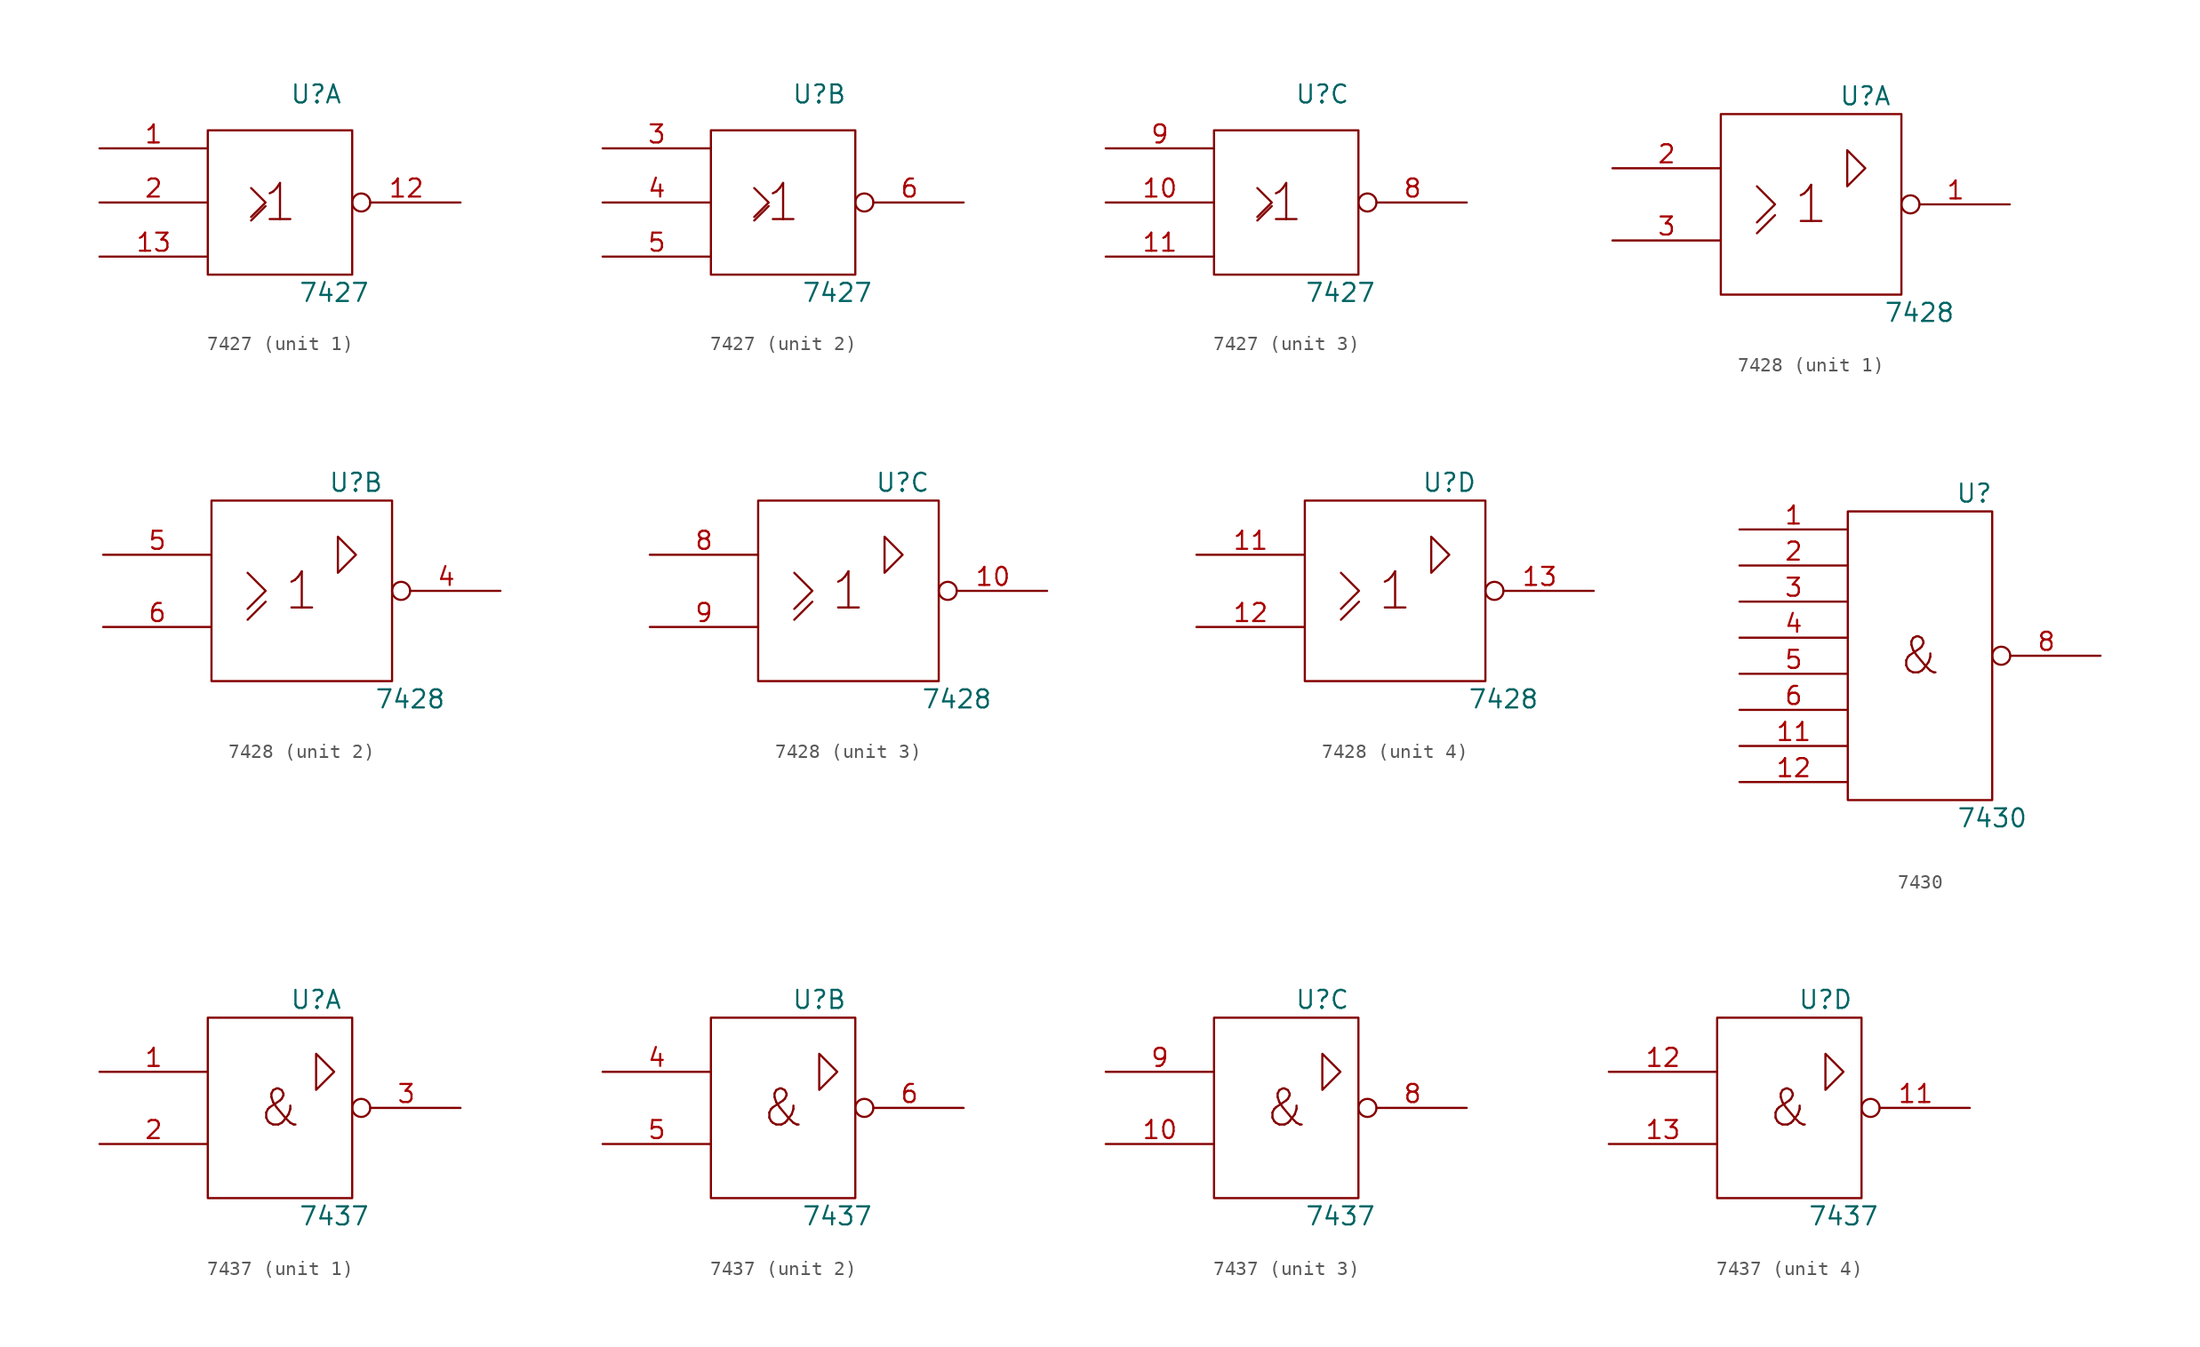
<source format=kicad_sym>
(kicad_symbol_lib
  (version 20231120)
  (generator "kicad_symbol_editor")
  (generator_version "8.0")
  (symbol "7427"
    (pin_names
      (offset 0.762))
    (property "Reference" "U"
      (at 2.54 7.62 0)
      (effects (font (size 1.27 1.27))))
    (property "Value" "7427"
      (at 3.81 -6.35 0)
      (effects (font (size 1.27 1.27))))
    (symbol "7427_0_0"
      (polyline (pts (xy -2.032 -1.27) (xy -1.016 -0.254) (xy -1.016 -0.254)) (stroke (width 0) (type default)) (fill (type none)))
      (polyline (pts (xy -2.032 1.016) (xy -1.016 0) (xy -2.032 -1.016) (xy -2.032 -1.016)) (stroke (width 0) (type default)) (fill (type none)))
      (text "1" (at 0 0 0) (effects (font (size 2.54 2.54)))))
    (symbol "7427_0_1"
      (rectangle (start -5.08 5.08) (end 5.08 -5.08) (stroke (width 0) (type default)) (fill (type none)))
      (pin power_in line (at 0 5.08 270) (length 0) hide (name "Vcc" (effects (font (size 1.27 1.27)))) (number "14" (effects (font (size 1.27 1.27)))))
      (pin power_in line (at 0 -5.08 90) (length 0) hide (name "Gnd" (effects (font (size 1.27 1.27)))) (number "7" (effects (font (size 1.27 1.27))))))
    (symbol "7427_1_1"
      (pin input line (at -12.7 3.81 0) (length 7.62) (name "~" (effects (font (size 1.27 1.27)))) (number "1" (effects (font (size 1.27 1.27)))))
      (pin output inverted (at 12.7 0 180) (length 7.62) (name "~" (effects (font (size 1.27 1.27)))) (number "12" (effects (font (size 1.27 1.27)))))
      (pin input line (at -12.7 -3.81 0) (length 7.62) (name "~" (effects (font (size 1.27 1.27)))) (number "13" (effects (font (size 1.27 1.27)))))
      (pin input line (at -12.7 0 0) (length 7.62) (name "~" (effects (font (size 1.27 1.27)))) (number "2" (effects (font (size 1.27 1.27))))))
    (symbol "7427_2_1"
      (pin input line (at -12.7 3.81 0) (length 7.62) (name "~" (effects (font (size 1.27 1.27)))) (number "3" (effects (font (size 1.27 1.27)))))
      (pin input line (at -12.7 0 0) (length 7.62) (name "~" (effects (font (size 1.27 1.27)))) (number "4" (effects (font (size 1.27 1.27)))))
      (pin input line (at -12.7 -3.81 0) (length 7.62) (name "~" (effects (font (size 1.27 1.27)))) (number "5" (effects (font (size 1.27 1.27)))))
      (pin output inverted (at 12.7 0 180) (length 7.62) (name "~" (effects (font (size 1.27 1.27)))) (number "6" (effects (font (size 1.27 1.27))))))
    (symbol "7427_3_1"
      (pin input line (at -12.7 0 0) (length 7.62) (name "~" (effects (font (size 1.27 1.27)))) (number "10" (effects (font (size 1.27 1.27)))))
      (pin input line (at -12.7 -3.81 0) (length 7.62) (name "~" (effects (font (size 1.27 1.27)))) (number "11" (effects (font (size 1.27 1.27)))))
      (pin output inverted (at 12.7 0 180) (length 7.62) (name "~" (effects (font (size 1.27 1.27)))) (number "8" (effects (font (size 1.27 1.27)))))
      (pin input line (at -12.7 3.81 0) (length 7.62) (name "~" (effects (font (size 1.27 1.27)))) (number "9" (effects (font (size 1.27 1.27)))))))
  (symbol "7428"
    (pin_names
      (offset 0.762))
    (property "Reference" "U"
      (at 3.81 7.62 0)
      (effects (font (size 1.27 1.27))))
    (property "Value" "7428"
      (at 7.62 -7.62 0)
      (effects (font (size 1.27 1.27))))
    (symbol "7428_0_0"
      (polyline (pts (xy -3.81 -2.032) (xy -2.54 -0.762) (xy -2.54 -0.762)) (stroke (width 0) (type default)) (fill (type none)))
      (polyline (pts (xy -3.81 1.27) (xy -2.54 0) (xy -3.81 -1.27) (xy -3.81 -1.27)) (stroke (width 0) (type default)) (fill (type none)))
      (text "1" (at 0 0 0) (effects (font (size 2.54 2.54))))
      (pin power_in line (at 0 6.35 270) (length 0) hide (name "Vcc" (effects (font (size 1.27 1.27)))) (number "14" (effects (font (size 1.27 1.27)))))
      (pin power_in line (at 0 -6.35 90) (length 0) hide (name "Gnd" (effects (font (size 1.27 1.27)))) (number "7" (effects (font (size 1.27 1.27))))))
    (symbol "7428_0_1"
      (rectangle (start -6.35 6.35) (end 6.35 -6.35) (stroke (width 0) (type default)) (fill (type none)))
      (polyline (pts (xy 2.54 1.27) (xy 2.54 3.81) (xy 3.81 2.54) (xy 2.54 1.27) (xy 2.54 1.27)) (stroke (width 0) (type default)) (fill (type none))))
    (symbol "7428_1_1"
      (pin output inverted (at 13.97 0 180) (length 7.62) (name "~" (effects (font (size 1.27 1.27)))) (number "1" (effects (font (size 1.27 1.27)))))
      (pin input line (at -13.97 2.54 0) (length 7.62) (name "~" (effects (font (size 1.27 1.27)))) (number "2" (effects (font (size 1.27 1.27)))))
      (pin input line (at -13.97 -2.54 0) (length 7.62) (name "~" (effects (font (size 1.27 1.27)))) (number "3" (effects (font (size 1.27 1.27))))))
    (symbol "7428_2_1"
      (pin output inverted (at 13.97 0 180) (length 7.62) (name "~" (effects (font (size 1.27 1.27)))) (number "4" (effects (font (size 1.27 1.27)))))
      (pin input line (at -13.97 2.54 0) (length 7.62) (name "~" (effects (font (size 1.27 1.27)))) (number "5" (effects (font (size 1.27 1.27)))))
      (pin input line (at -13.97 -2.54 0) (length 7.62) (name "~" (effects (font (size 1.27 1.27)))) (number "6" (effects (font (size 1.27 1.27))))))
    (symbol "7428_3_1"
      (pin output inverted (at 13.97 0 180) (length 7.62) (name "~" (effects (font (size 1.27 1.27)))) (number "10" (effects (font (size 1.27 1.27)))))
      (pin input line (at -13.97 2.54 0) (length 7.62) (name "~" (effects (font (size 1.27 1.27)))) (number "8" (effects (font (size 1.27 1.27)))))
      (pin input line (at -13.97 -2.54 0) (length 7.62) (name "~" (effects (font (size 1.27 1.27)))) (number "9" (effects (font (size 1.27 1.27))))))
    (symbol "7428_4_1"
      (pin input line (at -13.97 2.54 0) (length 7.62) (name "~" (effects (font (size 1.27 1.27)))) (number "11" (effects (font (size 1.27 1.27)))))
      (pin input line (at -13.97 -2.54 0) (length 7.62) (name "~" (effects (font (size 1.27 1.27)))) (number "12" (effects (font (size 1.27 1.27)))))
      (pin output inverted (at 13.97 0 180) (length 7.62) (name "~" (effects (font (size 1.27 1.27)))) (number "13" (effects (font (size 1.27 1.27)))))))
  (symbol "7430"
    (pin_names
      (offset 0.762))
    (property "Reference" "U"
      (at 3.81 11.43 0)
      (effects (font (size 1.27 1.27))))
    (property "Value" "7430"
      (at 5.08 -11.43 0)
      (effects (font (size 1.27 1.27))))
    (symbol "7430_0_0"
      (text "&" (at 0 0 0) (effects (font (size 2.54 2.54)))))
    (symbol "7430_0_1"
      (rectangle (start -5.08 10.16) (end 5.08 -10.16) (stroke (width 0) (type default)) (fill (type none)))
      (pin power_in line (at 0 10.16 270) (length 0) hide (name "Vcc" (effects (font (size 1.27 1.27)))) (number "14" (effects (font (size 1.27 1.27)))))
      (pin power_in line (at 0 -10.16 90) (length 0) hide (name "Gnd" (effects (font (size 1.27 1.27)))) (number "7" (effects (font (size 1.27 1.27))))))
    (symbol "7430_1_1"
      (pin input line (at -12.7 8.89 0) (length 7.62) (name "~" (effects (font (size 1.27 1.27)))) (number "1" (effects (font (size 1.27 1.27)))))
      (pin input line (at -12.7 -6.35 0) (length 7.62) (name "~" (effects (font (size 1.27 1.27)))) (number "11" (effects (font (size 1.27 1.27)))))
      (pin input line (at -12.7 -8.89 0) (length 7.62) (name "~" (effects (font (size 1.27 1.27)))) (number "12" (effects (font (size 1.27 1.27)))))
      (pin input line (at -12.7 6.35 0) (length 7.62) (name "~" (effects (font (size 1.27 1.27)))) (number "2" (effects (font (size 1.27 1.27)))))
      (pin input line (at -12.7 3.81 0) (length 7.62) (name "~" (effects (font (size 1.27 1.27)))) (number "3" (effects (font (size 1.27 1.27)))))
      (pin input line (at -12.7 1.27 0) (length 7.62) (name "~" (effects (font (size 1.27 1.27)))) (number "4" (effects (font (size 1.27 1.27)))))
      (pin input line (at -12.7 -1.27 0) (length 7.62) (name "~" (effects (font (size 1.27 1.27)))) (number "5" (effects (font (size 1.27 1.27)))))
      (pin input line (at -12.7 -3.81 0) (length 7.62) (name "~" (effects (font (size 1.27 1.27)))) (number "6" (effects (font (size 1.27 1.27)))))
      (pin output inverted (at 12.7 0 180) (length 7.62) (name "~" (effects (font (size 1.27 1.27)))) (number "8" (effects (font (size 1.27 1.27)))))))
  (symbol "7437"
    (pin_names
      (offset 0.762))
    (property "Reference" "U"
      (at 2.54 7.62 0)
      (effects (font (size 1.27 1.27))))
    (property "Value" "7437"
      (at 3.81 -7.62 0)
      (effects (font (size 1.27 1.27))))
    (symbol "7437_0_0"
      (polyline (pts (xy 2.54 3.81) (xy 2.54 1.27) (xy 3.81 2.54) (xy 2.54 3.81) (xy 2.54 3.81)) (stroke (width 0) (type default)) (fill (type none)))
      (text "&" (at 0 0 0) (effects (font (size 2.54 2.54))))
      (pin power_in line (at 0 -6.35 90) (length 0) hide (name "GND" (effects (font (size 1.27 1.27)))) (number "7" (effects (font (size 1.27 1.27))))))
    (symbol "7437_0_1"
      (rectangle (start -5.08 6.35) (end 5.08 -6.35) (stroke (width 0) (type default)) (fill (type none)))
      (pin power_in line (at 0 6.35 270) (length 0) hide (name "Vcc" (effects (font (size 1.27 1.27)))) (number "14" (effects (font (size 1.27 1.27))))))
    (symbol "7437_1_1"
      (pin input line (at -12.7 2.54 0) (length 7.62) (name "~" (effects (font (size 1.27 1.27)))) (number "1" (effects (font (size 1.27 1.27)))))
      (pin input line (at -12.7 -2.54 0) (length 7.62) (name "~" (effects (font (size 1.27 1.27)))) (number "2" (effects (font (size 1.27 1.27)))))
      (pin output inverted (at 12.7 0 180) (length 7.62) (name "~" (effects (font (size 1.27 1.27)))) (number "3" (effects (font (size 1.27 1.27))))))
    (symbol "7437_2_1"
      (pin input line (at -12.7 2.54 0) (length 7.62) (name "~" (effects (font (size 1.27 1.27)))) (number "4" (effects (font (size 1.27 1.27)))))
      (pin input line (at -12.7 -2.54 0) (length 7.62) (name "~" (effects (font (size 1.27 1.27)))) (number "5" (effects (font (size 1.27 1.27)))))
      (pin output inverted (at 12.7 0 180) (length 7.62) (name "~" (effects (font (size 1.27 1.27)))) (number "6" (effects (font (size 1.27 1.27))))))
    (symbol "7437_3_1"
      (pin input line (at -12.7 -2.54 0) (length 7.62) (name "~" (effects (font (size 1.27 1.27)))) (number "10" (effects (font (size 1.27 1.27)))))
      (pin output inverted (at 12.7 0 180) (length 7.62) (name "~" (effects (font (size 1.27 1.27)))) (number "8" (effects (font (size 1.27 1.27)))))
      (pin input line (at -12.7 2.54 0) (length 7.62) (name "~" (effects (font (size 1.27 1.27)))) (number "9" (effects (font (size 1.27 1.27))))))
    (symbol "7437_4_1"
      (pin output inverted (at 12.7 0 180) (length 7.62) (name "~" (effects (font (size 1.27 1.27)))) (number "11" (effects (font (size 1.27 1.27)))))
      (pin input line (at -12.7 2.54 0) (length 7.62) (name "~" (effects (font (size 1.27 1.27)))) (number "12" (effects (font (size 1.27 1.27)))))
      (pin input line (at -12.7 -2.54 0) (length 7.62) (name "~" (effects (font (size 1.27 1.27)))) (number "13" (effects (font (size 1.27 1.27))))))))
</source>
